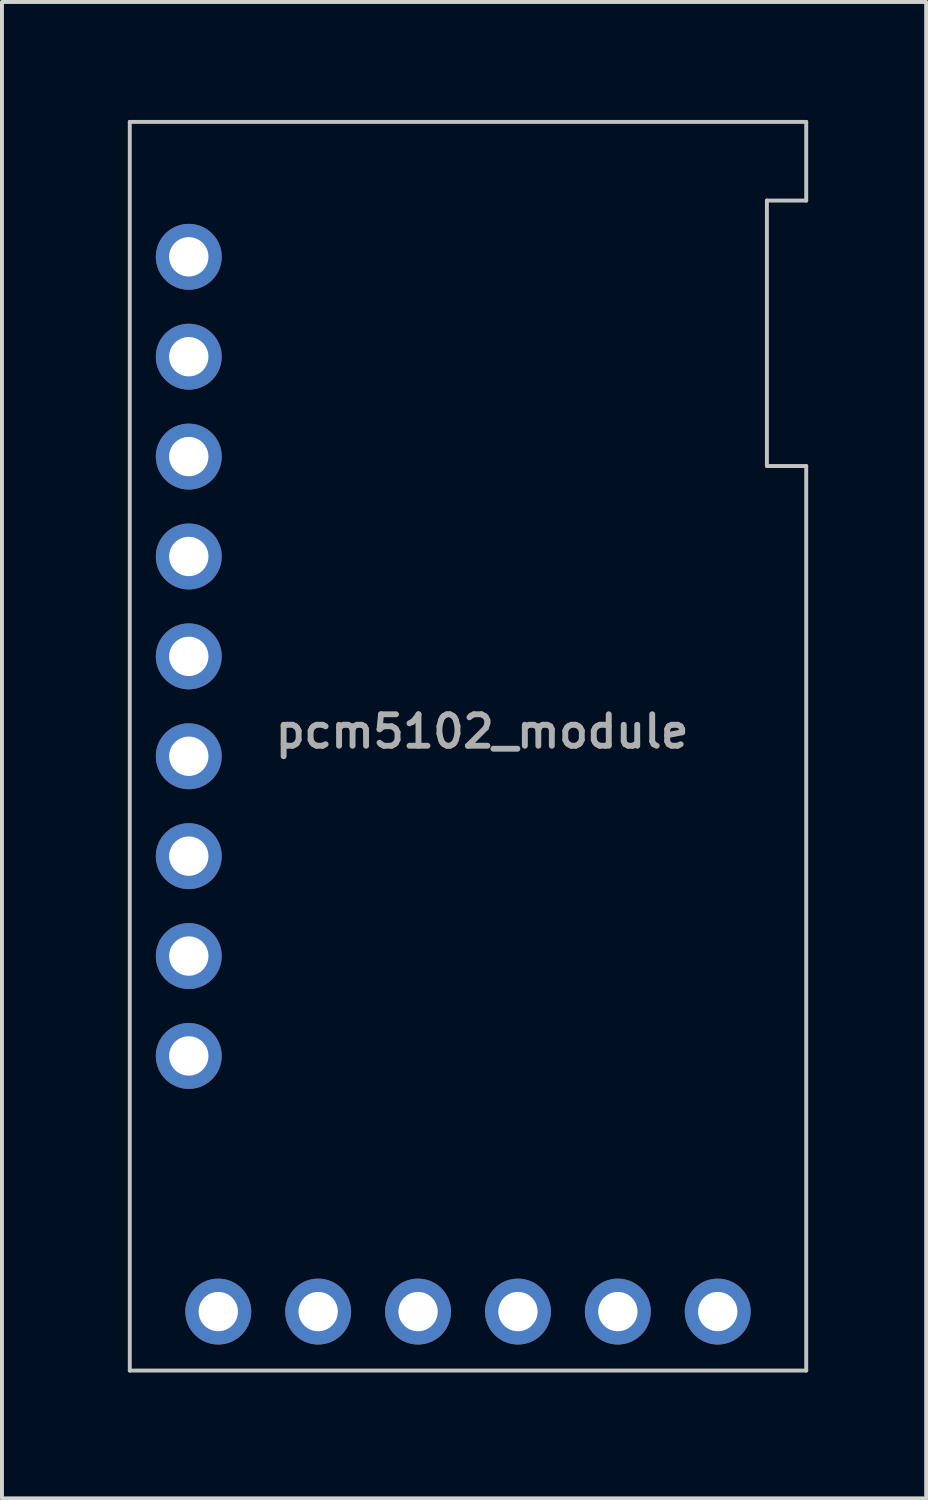
<source format=kicad_pcb>
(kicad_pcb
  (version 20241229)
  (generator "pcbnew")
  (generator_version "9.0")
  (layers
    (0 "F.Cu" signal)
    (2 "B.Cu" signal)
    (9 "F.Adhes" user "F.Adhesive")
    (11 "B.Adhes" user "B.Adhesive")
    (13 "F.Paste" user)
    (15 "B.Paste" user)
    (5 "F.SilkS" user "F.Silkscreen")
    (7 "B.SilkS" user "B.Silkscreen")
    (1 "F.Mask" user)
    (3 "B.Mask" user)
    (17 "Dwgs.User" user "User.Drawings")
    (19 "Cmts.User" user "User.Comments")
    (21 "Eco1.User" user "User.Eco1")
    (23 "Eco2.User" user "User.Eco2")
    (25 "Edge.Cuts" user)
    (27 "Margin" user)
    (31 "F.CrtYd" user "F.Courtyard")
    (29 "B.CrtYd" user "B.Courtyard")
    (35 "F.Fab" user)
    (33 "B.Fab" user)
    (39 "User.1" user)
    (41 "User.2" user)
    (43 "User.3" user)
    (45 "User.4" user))
  (footprint "pcm5102_module"
    (layer "F.Cu")
    (at 0.25 31.8)
    (property "Reference" "pcm5102_module" (at 8.76 -6.38 0) (layer "User.1") (effects (font (size 1.27 1.27) (thickness 0.15))))
    (attr through_hole)
    (fp_line (start 0 -31.75) (end 0 0) (stroke (width 0.1) (type solid)) (layer "Dwgs.User"))
    (fp_line (start 0 0) (end 17.2 0) (stroke (width 0.1) (type solid)) (layer "Dwgs.User"))
    (fp_line (start 16.2 -23) (end 16.2 -29.75) (stroke (width 0.1) (type default)) (layer "Dwgs.User"))
    (fp_line (start 17.2 -31.75) (end 0 -31.75) (stroke (width 0.1) (type solid)) (layer "Dwgs.User"))
    (fp_line (start 17.2 -31.75) (end 17.2 -29.75) (stroke (width 0.1) (type solid)) (layer "Dwgs.User"))
    (fp_line (start 17.2 -29.75) (end 16.2 -29.75) (stroke (width 0.1) (type default)) (layer "Dwgs.User"))
    (fp_line (start 17.2 -23) (end 16.2 -23) (stroke (width 0.1) (type default)) (layer "Dwgs.User"))
    (fp_line (start 17.2 0) (end 17.2 -23) (stroke (width 0.1) (type solid)) (layer "Dwgs.User"))
    (fp_text user "${REFERENCE}" (at 8.96 -16.25 0) (layer "F.Fab") (effects (font (size 0.8 0.8) (thickness 0.15))))
    (pad "1" thru_hole circle (at 1.5 -28.32) (size 1.676 1.676) (drill 1) (layers "*.Cu" "*.Mask"))
    (pad "2" thru_hole circle (at 1.5 -25.78) (size 1.676 1.676) (drill 1) (layers "*.Cu" "*.Mask"))
    (pad "3" thru_hole circle (at 1.5 -23.24) (size 1.676 1.676) (drill 1) (layers "*.Cu" "*.Mask"))
    (pad "4" thru_hole circle (at 1.5 -20.7) (size 1.676 1.676) (drill 1) (layers "*.Cu" "*.Mask"))
    (pad "5" thru_hole circle (at 1.5 -18.16) (size 1.676 1.676) (drill 1) (layers "*.Cu" "*.Mask"))
    (pad "6" thru_hole circle (at 1.5 -15.62) (size 1.676 1.676) (drill 1) (layers "*.Cu" "*.Mask"))
    (pad "7" thru_hole circle (at 1.5 -13.08) (size 1.676 1.676) (drill 1) (layers "*.Cu" "*.Mask"))
    (pad "8" thru_hole circle (at 1.5 -10.54) (size 1.676 1.676) (drill 1) (layers "*.Cu" "*.Mask"))
    (pad "9" thru_hole circle (at 1.5 -8) (size 1.676 1.676) (drill 1) (layers "*.Cu" "*.Mask"))
    (pad "10" thru_hole circle (at 2.25 -1.5) (size 1.676 1.676) (drill 1) (layers "*.Cu" "*.Mask"))
    (pad "11" thru_hole circle (at 4.79 -1.5) (size 1.676 1.676) (drill 1) (layers "*.Cu" "*.Mask"))
    (pad "12" thru_hole circle (at 7.33 -1.5) (size 1.676 1.676) (drill 1) (layers "*.Cu" "*.Mask"))
    (pad "13" thru_hole circle (at 9.87 -1.5) (size 1.676 1.676) (drill 1) (layers "*.Cu" "*.Mask"))
    (pad "14" thru_hole circle (at 12.41 -1.5) (size 1.676 1.676) (drill 1) (layers "*.Cu" "*.Mask"))
    (pad "15" thru_hole circle (at 14.95 -1.5) (size 1.676 1.676) (drill 1) (layers "*.Cu" "*.Mask")))
  (gr_rect
    (start -3 -3)
    (end 20.5 35.05)
    (stroke (width 0.1) (type default))
    (fill no)
    (layer "Edge.Cuts")))
</source>
